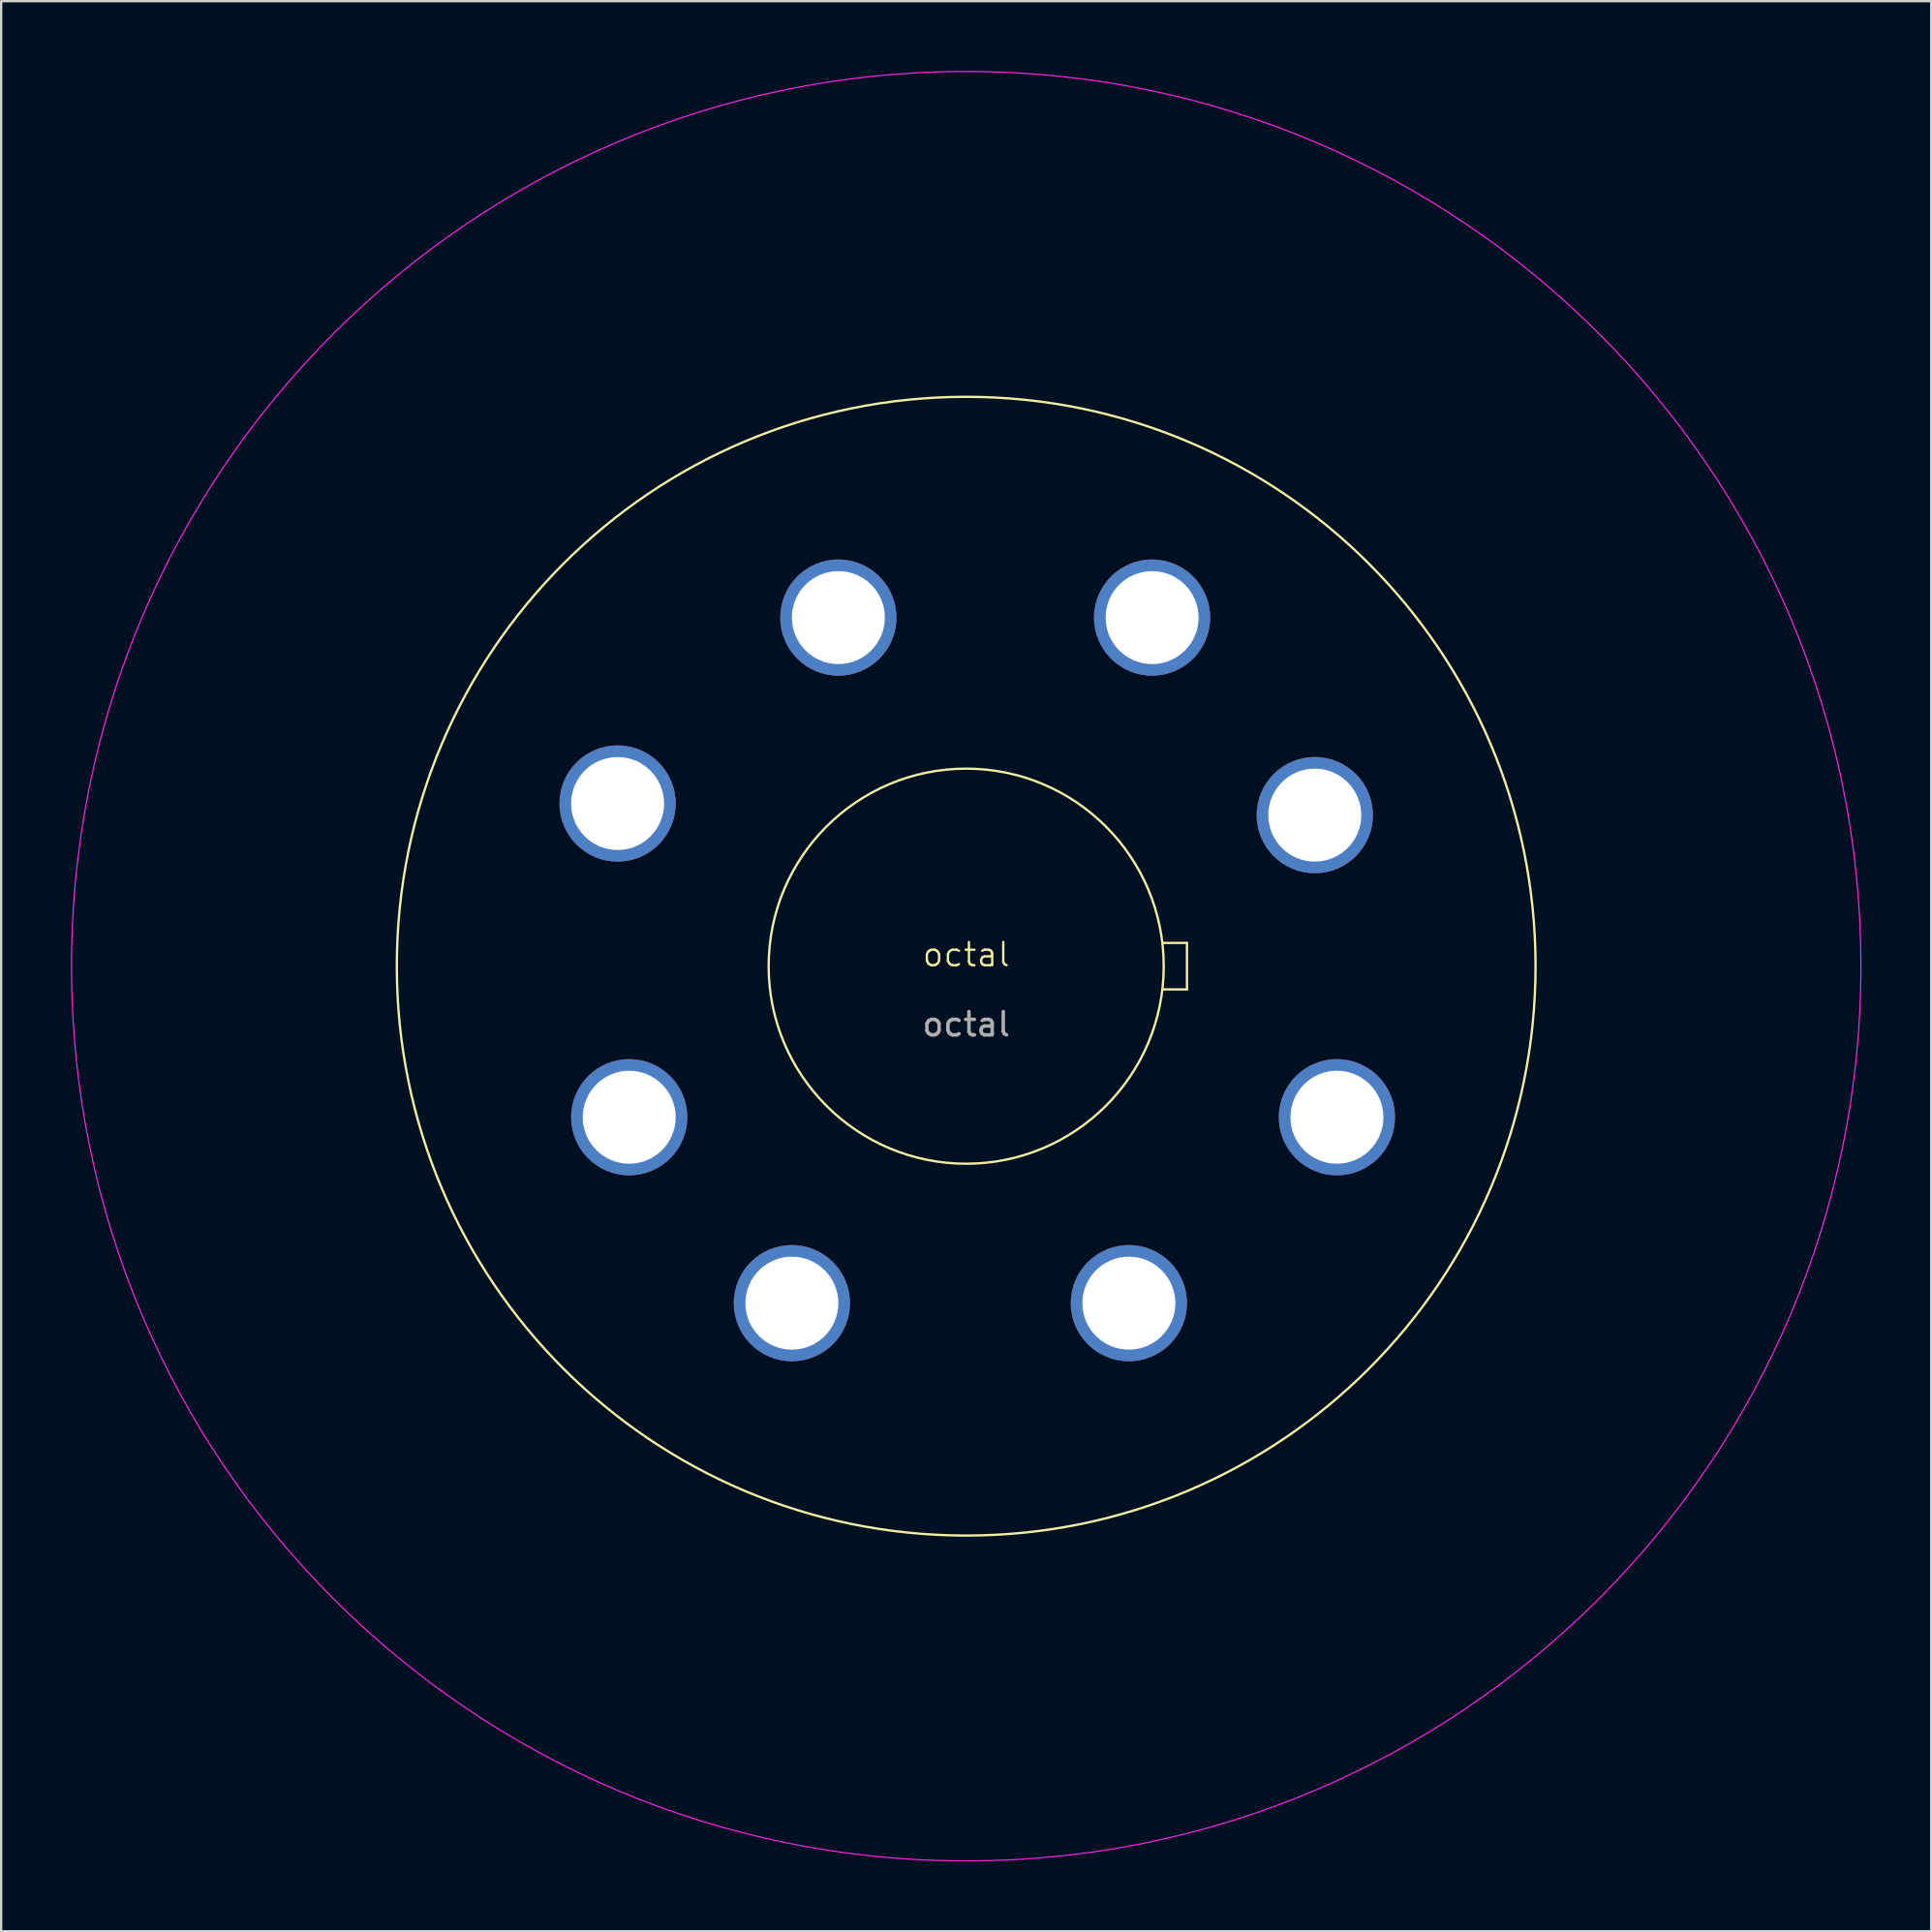
<source format=kicad_pcb>
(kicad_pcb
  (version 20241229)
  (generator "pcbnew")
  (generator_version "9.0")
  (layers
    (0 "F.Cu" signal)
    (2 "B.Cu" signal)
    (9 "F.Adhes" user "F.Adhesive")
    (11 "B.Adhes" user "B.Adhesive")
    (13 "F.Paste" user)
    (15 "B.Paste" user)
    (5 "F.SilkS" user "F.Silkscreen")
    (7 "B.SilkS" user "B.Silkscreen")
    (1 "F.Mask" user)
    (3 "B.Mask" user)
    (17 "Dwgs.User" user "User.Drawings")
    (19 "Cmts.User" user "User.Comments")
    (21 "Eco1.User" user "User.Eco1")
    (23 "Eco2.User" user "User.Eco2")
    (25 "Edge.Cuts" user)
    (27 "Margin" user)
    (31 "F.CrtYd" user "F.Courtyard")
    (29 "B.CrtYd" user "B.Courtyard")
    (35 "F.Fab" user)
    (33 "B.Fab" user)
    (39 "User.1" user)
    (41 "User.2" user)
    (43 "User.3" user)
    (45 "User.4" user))
  (footprint "octal"
    (layer "F.Cu")
    (at 38.525 38.525)
    (property "Reference" "octal" (at 0 -0.5 0) (unlocked yes) (layer "F.SilkS") (effects (font (size 1 1) (thickness 0.1))))
    (attr through_hole)
    (fp_line (start 8.5 -1) (end 9.5 -1) (stroke (width 0.1) (type default)) (layer "F.SilkS"))
    (fp_line (start 9.5 -1) (end 9.5 1) (stroke (width 0.1) (type default)) (layer "F.SilkS"))
    (fp_line (start 9.5 1) (end 8.5 1) (stroke (width 0.1) (type default)) (layer "F.SilkS"))
    (fp_circle (center 0 0) (end 0 -8.5) (stroke (width 0.1) (type default)) (fill no) (layer "F.SilkS"))
    (fp_circle (center 0 0) (end 24.5 0) (stroke (width 0.1) (type solid)) (fill no) (layer "F.SilkS"))
    (fp_circle (center 0 0) (end 38.5 0) (stroke (width 0.05) (type solid)) (fill no) (layer "F.CrtYd"))
    (fp_text user "${REFERENCE}" (at 0 2.5 0) (unlocked yes) (layer "F.Fab") (effects (font (size 1 1) (thickness 0.15))))
    (pad "1" thru_hole circle (at 15.953 6.5) (size 5 5) (drill 4) (layers "*.Cu" "*.Mask"))
    (pad "2" thru_hole circle (at 7 14.5) (size 5 5) (drill 4) (layers "*.Cu" "*.Mask"))
    (pad "3" thru_hole circle (at -7.5 14.5) (size 5 5) (drill 4) (layers "*.Cu" "*.Mask"))
    (pad "4" thru_hole circle (at -14.5 6.5) (size 5 5) (drill 4) (layers "*.Cu" "*.Mask"))
    (pad "5" thru_hole circle (at -15 -7) (size 5 5) (drill 4) (layers "*.Cu" "*.Mask"))
    (pad "6" thru_hole circle (at -5.5 -15) (size 5 5) (drill 4) (layers "*.Cu" "*.Mask"))
    (pad "7" thru_hole circle (at 8 -15) (size 5 5) (drill 4) (layers "*.Cu" "*.Mask"))
    (pad "8" thru_hole circle (at 15 -6.5) (size 5 5) (drill 4) (layers "*.Cu" "*.Mask")))
  (gr_rect
    (start -3 -3)
    (end 80.05 80.05)
    (stroke (width 0.1) (type default))
    (fill no)
    (layer "Edge.Cuts")))
</source>
